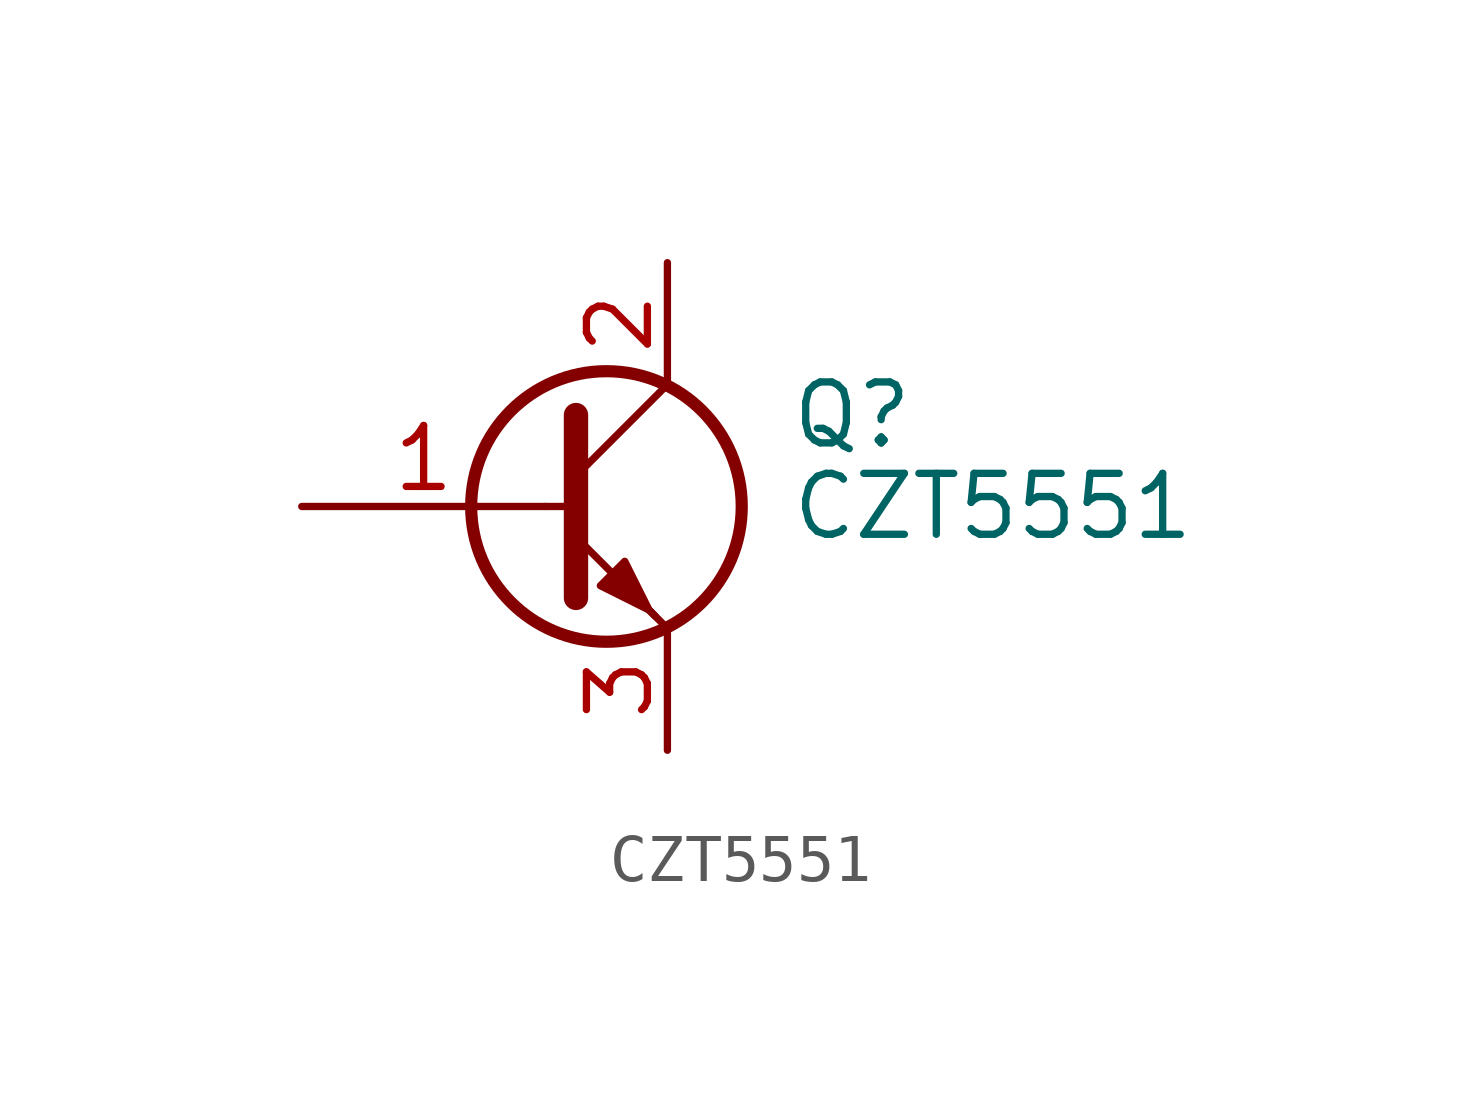
<source format=kicad_sym>
(kicad_symbol_lib
  (version 20211014)
  (generator kicad_symbol_editor)
  (symbol "CZT5551"
    (pin_names
      (offset 0) hide)
    (property "Reference" "Q"
      (at 5.08 1.905 0)
      (effects (font (size 1.27 1.27)) (justify left)))
    (property "Value" "CZT5551"
      (at 5.08 0 0)
      (effects (font (size 1.27 1.27)) (justify left)))
    (symbol "CZT5551_0_1"
      (polyline (pts (xy 0 0) (xy 0.635 0)) (stroke (width 0) (type default) (color 0 0 0 0)) (fill (type none)))
      (polyline (pts (xy 2.54 -2.54) (xy 0.635 -0.635)) (stroke (width 0) (type default) (color 0 0 0 0)) (fill (type none)))
      (polyline (pts (xy 2.54 2.54) (xy 0.635 0.635)) (stroke (width 0) (type default) (color 0 0 0 0)) (fill (type none)))
      (polyline (pts (xy 0.635 1.905) (xy 0.635 -1.905) (xy 0.635 -1.905)) (stroke (width 0.508) (type default) (color 0 0 0 0)) (fill (type none)))
      (polyline (pts (xy 2.286 -2.286) (xy 1.778 -1.778) (xy 1.778 -1.778)) (stroke (width 0) (type default) (color 0 0 0 0)) (fill (type none)))
      (polyline (pts (xy 1.143 -1.651) (xy 1.651 -1.143) (xy 2.159 -2.159) (xy 1.143 -1.651) (xy 1.143 -1.651)) (stroke (width 0) (type default) (color 0 0 0 0)) (fill (type outline)))
      (circle (center 1.27 0) (radius 2.819) (stroke (width 0.254) (type default) (color 0 0 0 0)) (fill (type none))))
    (symbol "CZT5551_1_1"
      (pin input line (at -5.08 0 0) (length 5.08) (name "B" (effects (font (size 1.27 1.27)))) (number "1" (effects (font (size 1.27 1.27)))))
      (pin passive line (at 2.54 5.08 270) (length 2.54) (name "C" (effects (font (size 1.27 1.27)))) (number "2" (effects (font (size 1.27 1.27)))))
      (pin passive line (at 2.54 -5.08 90) (length 2.54) (name "E" (effects (font (size 1.27 1.27)))) (number "3" (effects (font (size 1.27 1.27))))))))
</source>
